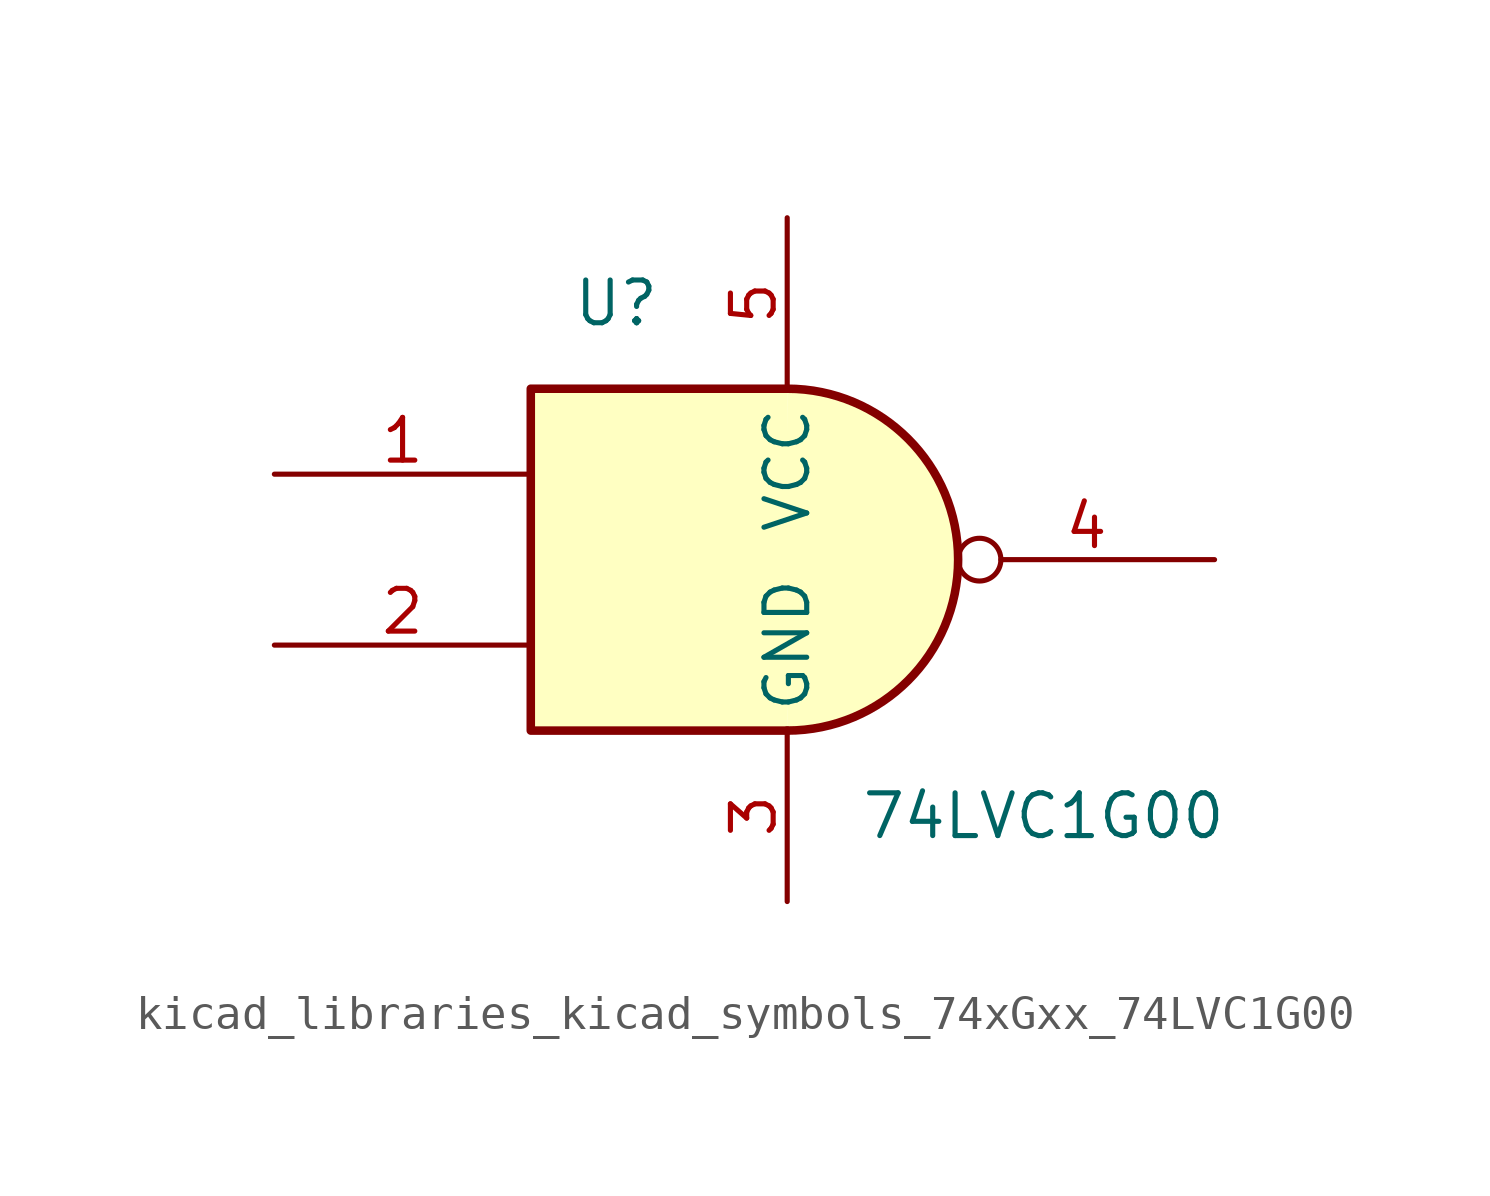
<source format=kicad_sym>
(kicad_symbol_lib
  (version 20220914)
  (generator kicad_symbol_editor)
  (symbol "kicad_libraries_kicad_symbols_74xGxx_74LVC1G00"
    (property "Reference" "U"
      (at -5.08 7.62 0)
      (effects (font (size 1.27 1.27))))
    (property "Value" "74LVC1G00"
      (at 7.62 -7.62 0)
      (effects (font (size 1.27 1.27))))
    (symbol "kicad_libraries_kicad_symbols_74xGxx_74LVC1G00_0_1"
      (arc (start 0 -5.08) (mid 5.0579 0) (end 0 5.08) (stroke (width 0.254) (type default)) (fill (type background)))
      (polyline (pts (xy 0 -5.08) (xy -7.62 -5.08) (xy -7.62 5.08) (xy 0 5.08)) (stroke (width 0.254) (type default)) (fill (type background))))
    (symbol "kicad_libraries_kicad_symbols_74xGxx_74LVC1G00_1_1"
      (pin input line (at -15.24 2.54 0) (length 7.62) (name "~" (effects (font (size 1.27 1.27)))) (number "1" (effects (font (size 1.27 1.27)))))
      (pin input line (at -15.24 -2.54 0) (length 7.62) (name "~" (effects (font (size 1.27 1.27)))) (number "2" (effects (font (size 1.27 1.27)))))
      (pin power_in line (at 0 -10.16 90) (length 5.08) (name "GND" (effects (font (size 1.27 1.27)))) (number "3" (effects (font (size 1.27 1.27)))))
      (pin output inverted (at 12.7 0 180) (length 7.62) (name "~" (effects (font (size 1.27 1.27)))) (number "4" (effects (font (size 1.27 1.27)))))
      (pin power_in line (at 0 10.16 270) (length 5.08) (name "VCC" (effects (font (size 1.27 1.27)))) (number "5" (effects (font (size 1.27 1.27))))))))
</source>
